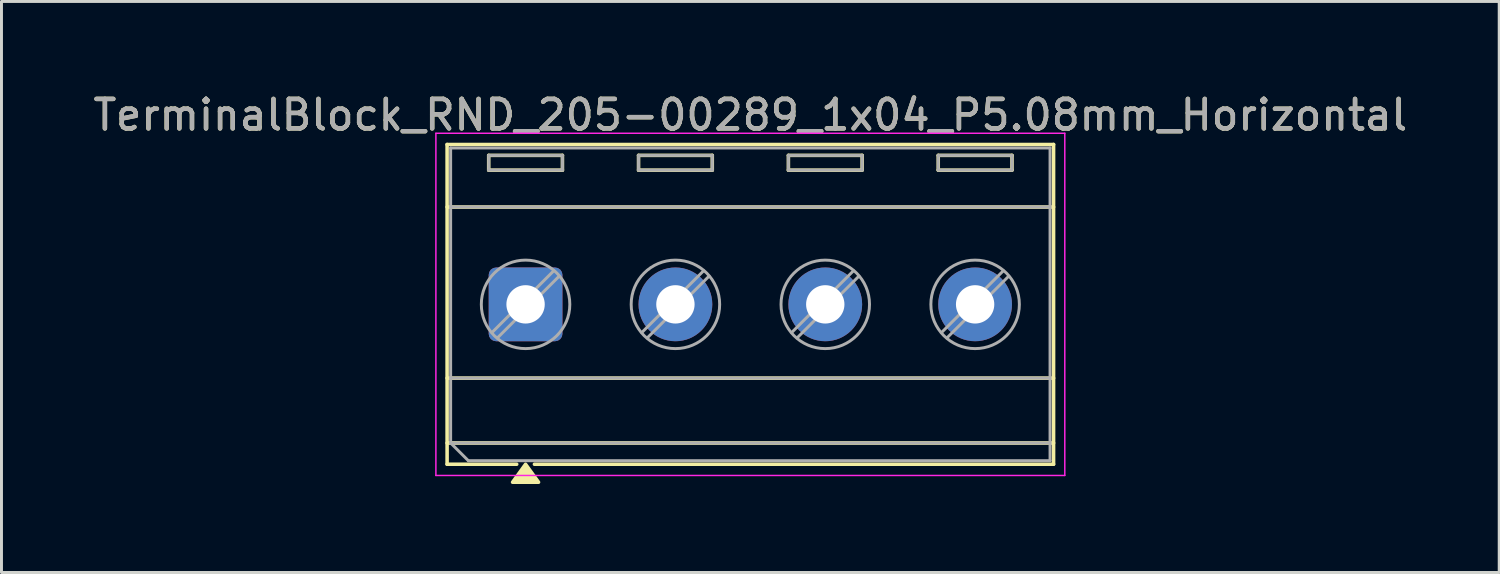
<source format=kicad_pcb>
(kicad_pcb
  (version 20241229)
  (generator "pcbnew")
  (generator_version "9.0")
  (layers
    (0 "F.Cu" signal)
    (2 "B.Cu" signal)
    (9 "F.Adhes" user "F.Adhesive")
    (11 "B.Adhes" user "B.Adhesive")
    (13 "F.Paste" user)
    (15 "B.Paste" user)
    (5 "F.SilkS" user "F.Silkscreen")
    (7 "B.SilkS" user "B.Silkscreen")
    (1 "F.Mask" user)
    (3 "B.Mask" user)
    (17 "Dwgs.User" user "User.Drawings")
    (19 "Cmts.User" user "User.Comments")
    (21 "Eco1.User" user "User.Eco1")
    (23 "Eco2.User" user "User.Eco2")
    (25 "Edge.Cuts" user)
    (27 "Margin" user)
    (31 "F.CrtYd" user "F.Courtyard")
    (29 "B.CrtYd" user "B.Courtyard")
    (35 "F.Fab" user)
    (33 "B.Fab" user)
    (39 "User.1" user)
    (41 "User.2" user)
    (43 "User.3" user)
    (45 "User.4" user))
  (footprint "TerminalBlock_RND_205-00289_1x04_P5.08mm_Horizontal"
    (layer "F.Cu")
    (at 14.767 7.268)
    (property "Reference" "TerminalBlock_RND_205-00289_1x04_P5.08mm_Horizontal" (at 7.62 -6.42 0) (layer "F.SilkS") (effects (font (size 1 1) (thickness 0.15))))
    (attr through_hole)
    (fp_line (start -2.66 -5.42) (end -2.66 5.42) (stroke (width 0.12) (type solid)) (layer "F.SilkS"))
    (fp_line (start -2.66 -5.42) (end 17.9 -5.42) (stroke (width 0.12) (type solid)) (layer "F.SilkS"))
    (fp_line (start -2.66 -3.3) (end 17.9 -3.3) (stroke (width 0.12) (type solid)) (layer "F.SilkS"))
    (fp_line (start -2.66 2.5) (end 17.9 2.5) (stroke (width 0.12) (type solid)) (layer "F.SilkS"))
    (fp_line (start -2.66 4.7) (end 17.9 4.7) (stroke (width 0.12) (type solid)) (layer "F.SilkS"))
    (fp_line (start -2.66 5.42) (end -0.3 5.42) (stroke (width 0.12) (type solid)) (layer "F.SilkS"))
    (fp_line (start -1.25 -5.05) (end -1.25 -4.55) (stroke (width 0.12) (type solid)) (layer "F.SilkS"))
    (fp_line (start -1.25 -5.05) (end 1.25 -5.05) (stroke (width 0.12) (type solid)) (layer "F.SilkS"))
    (fp_line (start -1.25 -4.55) (end 1.25 -4.55) (stroke (width 0.12) (type solid)) (layer "F.SilkS"))
    (fp_line (start 0.3 5.42) (end 17.9 5.42) (stroke (width 0.12) (type solid)) (layer "F.SilkS"))
    (fp_line (start 1.25 -5.05) (end 1.25 -4.55) (stroke (width 0.12) (type solid)) (layer "F.SilkS"))
    (fp_line (start 3.83 -5.05) (end 3.83 -4.55) (stroke (width 0.12) (type solid)) (layer "F.SilkS"))
    (fp_line (start 3.83 -5.05) (end 6.33 -5.05) (stroke (width 0.12) (type solid)) (layer "F.SilkS"))
    (fp_line (start 3.83 -4.55) (end 6.33 -4.55) (stroke (width 0.12) (type solid)) (layer "F.SilkS"))
    (fp_line (start 6.33 -5.05) (end 6.33 -4.55) (stroke (width 0.12) (type solid)) (layer "F.SilkS"))
    (fp_line (start 8.91 -5.05) (end 8.91 -4.55) (stroke (width 0.12) (type solid)) (layer "F.SilkS"))
    (fp_line (start 8.91 -5.05) (end 11.41 -5.05) (stroke (width 0.12) (type solid)) (layer "F.SilkS"))
    (fp_line (start 8.91 -4.55) (end 11.41 -4.55) (stroke (width 0.12) (type solid)) (layer "F.SilkS"))
    (fp_line (start 11.41 -5.05) (end 11.41 -4.55) (stroke (width 0.12) (type solid)) (layer "F.SilkS"))
    (fp_line (start 13.99 -5.05) (end 13.99 -4.55) (stroke (width 0.12) (type solid)) (layer "F.SilkS"))
    (fp_line (start 13.99 -5.05) (end 16.49 -5.05) (stroke (width 0.12) (type solid)) (layer "F.SilkS"))
    (fp_line (start 13.99 -4.55) (end 16.49 -4.55) (stroke (width 0.12) (type solid)) (layer "F.SilkS"))
    (fp_line (start 16.49 -5.05) (end 16.49 -4.55) (stroke (width 0.12) (type solid)) (layer "F.SilkS"))
    (fp_line (start 17.9 -5.42) (end 17.9 5.42) (stroke (width 0.12) (type solid)) (layer "F.SilkS"))
    (fp_poly (pts (xy 0 5.42) (xy 0.44 6.03) (xy -0.44 6.03)) (stroke (width 0.12) (type solid)) (fill yes) (layer "F.SilkS"))
    (fp_line (start -3.04 -5.8) (end -3.04 5.8) (stroke (width 0.05) (type solid)) (layer "F.CrtYd"))
    (fp_line (start -3.04 5.8) (end 18.28 5.8) (stroke (width 0.05) (type solid)) (layer "F.CrtYd"))
    (fp_line (start 18.28 -5.8) (end -3.04 -5.8) (stroke (width 0.05) (type solid)) (layer "F.CrtYd"))
    (fp_line (start 18.28 5.8) (end 18.28 -5.8) (stroke (width 0.05) (type solid)) (layer "F.CrtYd"))
    (fp_line (start -2.54 -5.3) (end 17.78 -5.3) (stroke (width 0.1) (type solid)) (layer "F.Fab"))
    (fp_line (start -2.54 -3.3) (end 17.78 -3.3) (stroke (width 0.1) (type solid)) (layer "F.Fab"))
    (fp_line (start -2.54 2.5) (end 17.78 2.5) (stroke (width 0.1) (type solid)) (layer "F.Fab"))
    (fp_line (start -2.54 4.7) (end -2.54 -5.3) (stroke (width 0.1) (type solid)) (layer "F.Fab"))
    (fp_line (start -2.54 4.7) (end 17.78 4.7) (stroke (width 0.1) (type solid)) (layer "F.Fab"))
    (fp_line (start -1.94 5.3) (end -2.54 4.7) (stroke (width 0.1) (type solid)) (layer "F.Fab"))
    (fp_line (start -1.25 -5.05) (end -1.25 -4.55) (stroke (width 0.1) (type solid)) (layer "F.Fab"))
    (fp_line (start -1.25 -4.55) (end 1.25 -4.55) (stroke (width 0.1) (type solid)) (layer "F.Fab"))
    (fp_line (start 0.955 -1.138) (end -1.138 0.954) (stroke (width 0.1) (type solid)) (layer "F.Fab"))
    (fp_line (start 1.138 -0.954) (end -0.955 1.137) (stroke (width 0.1) (type solid)) (layer "F.Fab"))
    (fp_line (start 1.25 -5.05) (end -1.25 -5.05) (stroke (width 0.1) (type solid)) (layer "F.Fab"))
    (fp_line (start 1.25 -4.55) (end 1.25 -5.05) (stroke (width 0.1) (type solid)) (layer "F.Fab"))
    (fp_line (start 3.83 -5.05) (end 3.83 -4.55) (stroke (width 0.1) (type solid)) (layer "F.Fab"))
    (fp_line (start 3.83 -4.55) (end 6.33 -4.55) (stroke (width 0.1) (type solid)) (layer "F.Fab"))
    (fp_line (start 6.035 -1.138) (end 3.942 0.954) (stroke (width 0.1) (type solid)) (layer "F.Fab"))
    (fp_line (start 6.218 -0.954) (end 4.125 1.137) (stroke (width 0.1) (type solid)) (layer "F.Fab"))
    (fp_line (start 6.33 -5.05) (end 3.83 -5.05) (stroke (width 0.1) (type solid)) (layer "F.Fab"))
    (fp_line (start 6.33 -4.55) (end 6.33 -5.05) (stroke (width 0.1) (type solid)) (layer "F.Fab"))
    (fp_line (start 8.91 -5.05) (end 8.91 -4.55) (stroke (width 0.1) (type solid)) (layer "F.Fab"))
    (fp_line (start 8.91 -4.55) (end 11.41 -4.55) (stroke (width 0.1) (type solid)) (layer "F.Fab"))
    (fp_line (start 11.115 -1.138) (end 9.022 0.954) (stroke (width 0.1) (type solid)) (layer "F.Fab"))
    (fp_line (start 11.298 -0.954) (end 9.205 1.137) (stroke (width 0.1) (type solid)) (layer "F.Fab"))
    (fp_line (start 11.41 -5.05) (end 8.91 -5.05) (stroke (width 0.1) (type solid)) (layer "F.Fab"))
    (fp_line (start 11.41 -4.55) (end 11.41 -5.05) (stroke (width 0.1) (type solid)) (layer "F.Fab"))
    (fp_line (start 13.99 -5.05) (end 13.99 -4.55) (stroke (width 0.1) (type solid)) (layer "F.Fab"))
    (fp_line (start 13.99 -4.55) (end 16.49 -4.55) (stroke (width 0.1) (type solid)) (layer "F.Fab"))
    (fp_line (start 16.195 -1.138) (end 14.102 0.954) (stroke (width 0.1) (type solid)) (layer "F.Fab"))
    (fp_line (start 16.378 -0.954) (end 14.285 1.137) (stroke (width 0.1) (type solid)) (layer "F.Fab"))
    (fp_line (start 16.49 -5.05) (end 13.99 -5.05) (stroke (width 0.1) (type solid)) (layer "F.Fab"))
    (fp_line (start 16.49 -4.55) (end 16.49 -5.05) (stroke (width 0.1) (type solid)) (layer "F.Fab"))
    (fp_line (start 17.78 -5.3) (end 17.78 5.3) (stroke (width 0.1) (type solid)) (layer "F.Fab"))
    (fp_line (start 17.78 5.3) (end -1.94 5.3) (stroke (width 0.1) (type solid)) (layer "F.Fab"))
    (fp_circle (center 0 0) (end 1.5 0) (stroke (width 0.1) (type solid)) (fill no) (layer "F.Fab"))
    (fp_circle (center 5.08 0) (end 6.58 0) (stroke (width 0.1) (type solid)) (fill no) (layer "F.Fab"))
    (fp_circle (center 10.16 0) (end 11.66 0) (stroke (width 0.1) (type solid)) (fill no) (layer "F.Fab"))
    (fp_circle (center 15.24 0) (end 16.74 0) (stroke (width 0.1) (type solid)) (fill no) (layer "F.Fab"))
    (fp_text user "${REFERENCE}" (at 7.62 -6.42 0) (layer "F.Fab") (effects (font (size 1 1) (thickness 0.15))))
    (pad "1" thru_hole roundrect (at 0 0) (size 2.5 2.5) (drill 1.3) (layers "*.Cu" "*.Mask") (roundrect_rratio 0.1))
    (pad "2" thru_hole circle (at 5.08 0) (size 2.5 2.5) (drill 1.3) (layers "*.Cu" "*.Mask"))
    (pad "3" thru_hole circle (at 10.16 0) (size 2.5 2.5) (drill 1.3) (layers "*.Cu" "*.Mask"))
    (pad "4" thru_hole circle (at 15.24 0) (size 2.5 2.5) (drill 1.3) (layers "*.Cu" "*.Mask")))
  (gr_rect
    (start -3 -3)
    (end 47.774 16.358)
    (stroke (width 0.1) (type default))
    (fill no)
    (layer "Edge.Cuts")))
</source>
